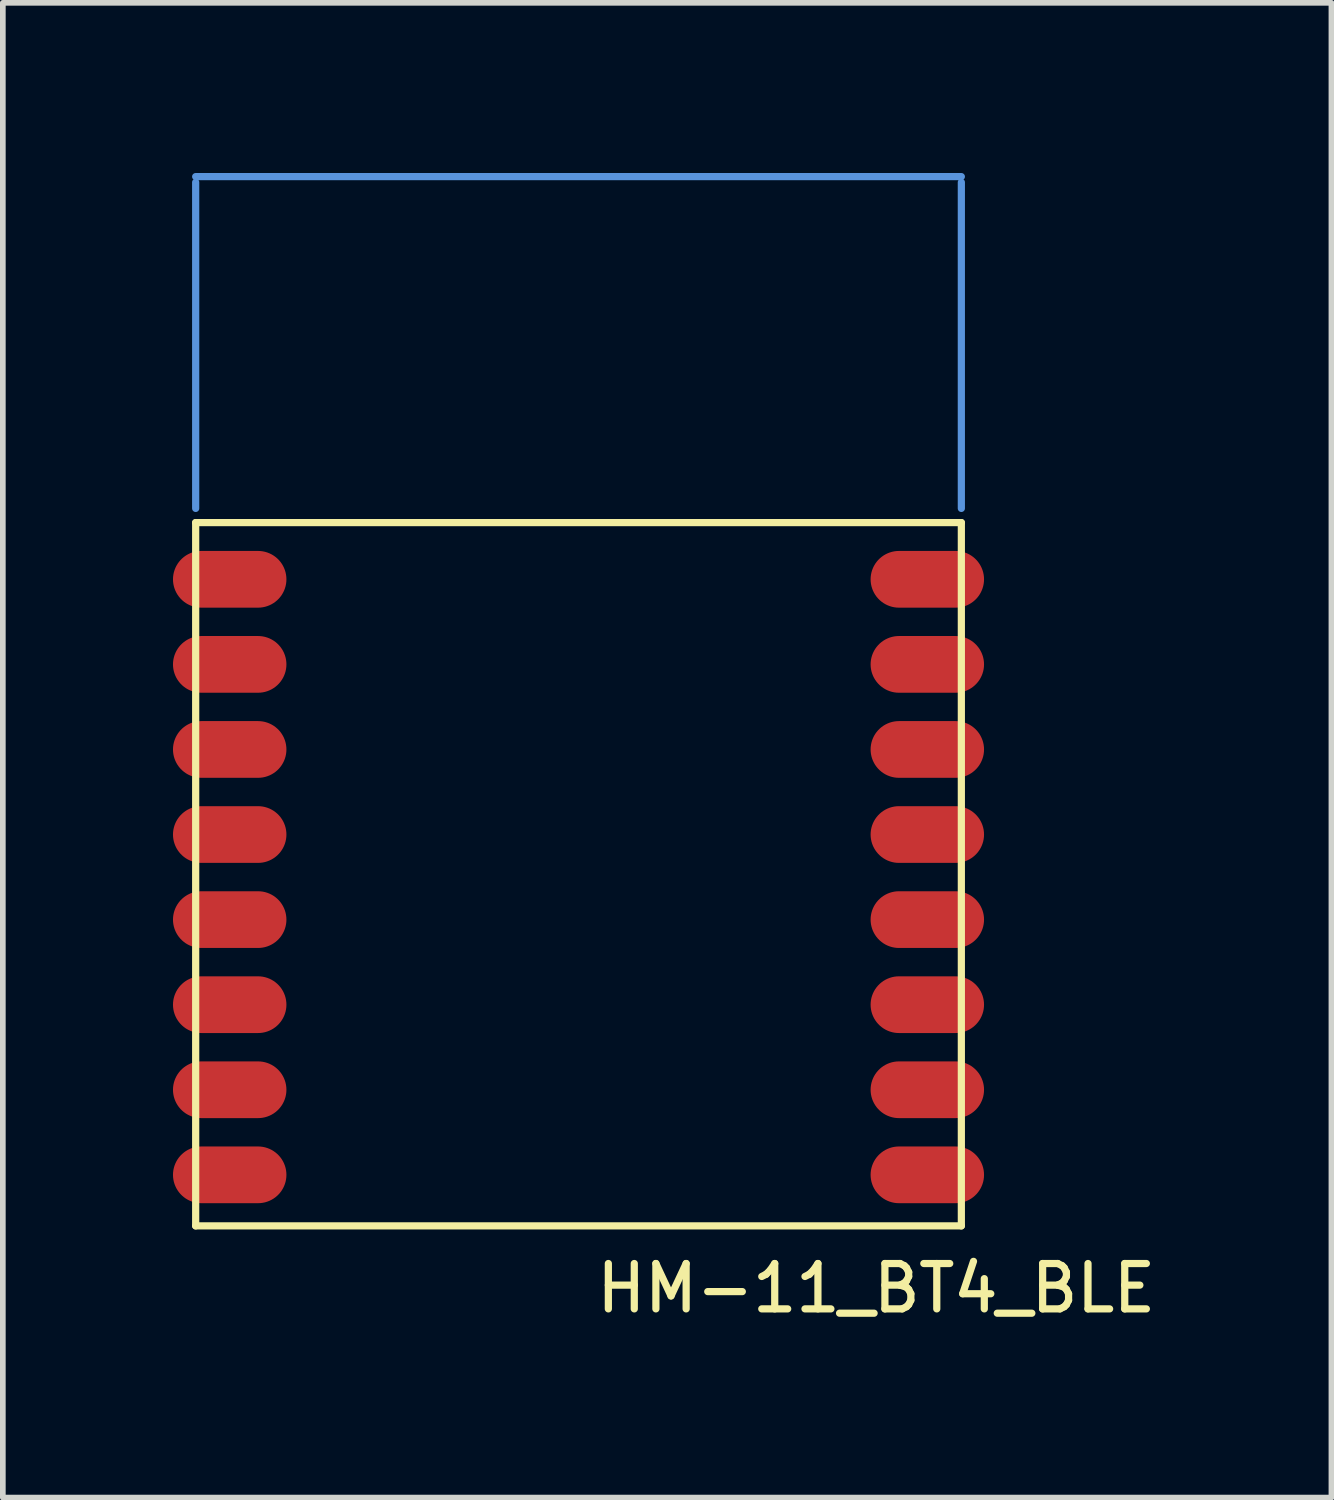
<source format=kicad_pcb>
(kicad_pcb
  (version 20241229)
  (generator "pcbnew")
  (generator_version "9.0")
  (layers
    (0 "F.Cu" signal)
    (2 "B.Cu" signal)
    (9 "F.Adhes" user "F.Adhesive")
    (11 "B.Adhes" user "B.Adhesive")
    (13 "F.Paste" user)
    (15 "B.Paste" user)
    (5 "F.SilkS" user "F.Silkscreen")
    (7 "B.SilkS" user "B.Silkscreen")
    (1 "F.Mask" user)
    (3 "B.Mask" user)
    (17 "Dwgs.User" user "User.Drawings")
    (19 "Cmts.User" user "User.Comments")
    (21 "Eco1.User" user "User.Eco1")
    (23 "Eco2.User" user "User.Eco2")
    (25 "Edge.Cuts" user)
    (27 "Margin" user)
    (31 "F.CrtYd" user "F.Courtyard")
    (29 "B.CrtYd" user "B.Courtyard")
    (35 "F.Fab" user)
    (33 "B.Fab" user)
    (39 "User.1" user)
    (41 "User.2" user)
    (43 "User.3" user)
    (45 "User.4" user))
  (footprint "HM-11_BT4_BLE"
    (layer "F.Cu")
    (at 7.15 9.164)
    (property "Reference" "HM-11_BT4_BLE" (at 5.25 10.5 180) (layer "F.SilkS") (effects (font (size 0.8 0.8) (thickness 0.127))))
    (attr through_hole)
    (fp_line (start -6.75 -3) (end -6.75 9.4) (stroke (width 0.127) (type solid)) (layer "F.SilkS"))
    (fp_line (start -6.75 -3) (end 6.75 -3) (stroke (width 0.127) (type solid)) (layer "F.SilkS"))
    (fp_line (start -6.75 9.4) (end 6.75 9.4) (stroke (width 0.127) (type solid)) (layer "F.SilkS"))
    (fp_line (start 6.75 9.4) (end 6.75 -3) (stroke (width 0.127) (type solid)) (layer "F.SilkS"))
    (fp_line (start -6.75 -9) (end -6.75 -3.25) (stroke (width 0.127) (type solid)) (layer "Cmts.User"))
    (fp_line (start 6.75 -9.1) (end -6.75 -9.1) (stroke (width 0.127) (type solid)) (layer "Cmts.User"))
    (fp_line (start 6.75 -9) (end 6.75 -3.25) (stroke (width 0.127) (type solid)) (layer "Cmts.User"))
    (pad "1" smd oval (at -6.15 -2) (size 2 1) (layers "F.Cu" "F.Mask" "F.Paste"))
    (pad "2" smd oval (at -6.15 -0.5) (size 2 1) (layers "F.Cu" "F.Mask" "F.Paste"))
    (pad "3" smd oval (at -6.15 1) (size 2 1) (layers "F.Cu" "F.Mask" "F.Paste"))
    (pad "4" smd oval (at -6.15 2.5) (size 2 1) (layers "F.Cu" "F.Mask" "F.Paste"))
    (pad "5" smd oval (at -6.15 4) (size 2 1) (layers "F.Cu" "F.Mask" "F.Paste"))
    (pad "6" smd oval (at -6.15 5.5) (size 2 1) (layers "F.Cu" "F.Mask" "F.Paste"))
    (pad "7" smd oval (at -6.15 7) (size 2 1) (layers "F.Cu" "F.Mask" "F.Paste"))
    (pad "8" smd oval (at -6.15 8.5) (size 2 1) (layers "F.Cu" "F.Mask" "F.Paste"))
    (pad "9" smd oval (at 6.15 8.5) (size 2 1) (layers "F.Cu" "F.Mask" "F.Paste"))
    (pad "10" smd oval (at 6.15 7) (size 2 1) (layers "F.Cu" "F.Mask" "F.Paste"))
    (pad "11" smd oval (at 6.15 5.5) (size 2 1) (layers "F.Cu" "F.Mask" "F.Paste"))
    (pad "12" smd oval (at 6.15 4) (size 2 1) (layers "F.Cu" "F.Mask" "F.Paste"))
    (pad "13" smd oval (at 6.15 2.5) (size 2 1) (layers "F.Cu" "F.Mask" "F.Paste"))
    (pad "14" smd oval (at 6.15 1) (size 2 1) (layers "F.Cu" "F.Mask" "F.Paste"))
    (pad "15" smd oval (at 6.15 -0.5) (size 2 1) (layers "F.Cu" "F.Mask" "F.Paste"))
    (pad "16" smd oval (at 6.15 -2) (size 2 1) (layers "F.Cu" "F.Mask" "F.Paste")))
  (gr_rect
    (start -3 -3)
    (end 20.425 23.354)
    (stroke (width 0.1) (type default))
    (fill no)
    (layer "Edge.Cuts")))
</source>
